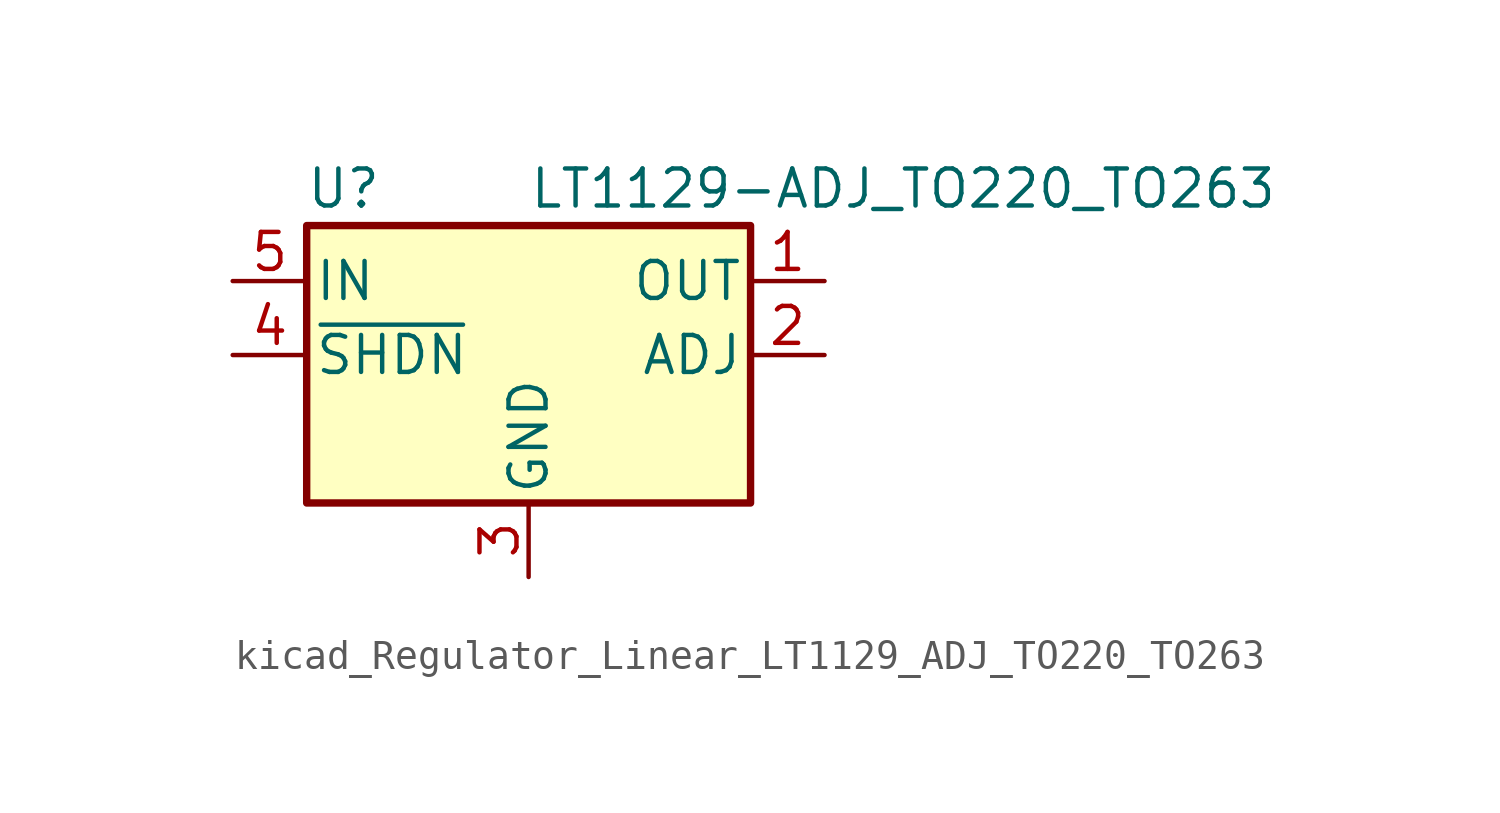
<source format=kicad_sym>
(kicad_symbol_lib
  (version 20220914)
  (generator kicad_symbol_editor)
  (symbol "kicad_Regulator_Linear_LT1129_ADJ_TO220_TO263"
    (pin_names
      (offset 0.254))
    (property "Reference" "U"
      (at -6.35 5.715 0)
      (effects (font (size 1.27 1.27))))
    (property "Value" "LT1129-ADJ_TO220_TO263"
      (at 0 5.715 0)
      (effects (font (size 1.27 1.27)) (justify left)))
    (symbol "kicad_Regulator_Linear_LT1129_ADJ_TO220_TO263_0_1"
      (rectangle (start -7.62 -5.08) (end 7.62 4.445) (stroke (width 0.254) (type default)) (fill (type background))))
    (symbol "kicad_Regulator_Linear_LT1129_ADJ_TO220_TO263_1_1"
      (pin power_out line (at 10.16 2.54 180) (length 2.54) (name "OUT" (effects (font (size 1.27 1.27)))) (number "1" (effects (font (size 1.27 1.27)))))
      (pin input line (at 10.16 0 180) (length 2.54) (name "ADJ" (effects (font (size 1.27 1.27)))) (number "2" (effects (font (size 1.27 1.27)))))
      (pin power_in line (at 0 -7.62 90) (length 2.54) (name "GND" (effects (font (size 1.27 1.27)))) (number "3" (effects (font (size 1.27 1.27)))))
      (pin input line (at -10.16 0 0) (length 2.54) (name "~{SHDN}" (effects (font (size 1.27 1.27)))) (number "4" (effects (font (size 1.27 1.27)))))
      (pin power_in line (at -10.16 2.54 0) (length 2.54) (name "IN" (effects (font (size 1.27 1.27)))) (number "5" (effects (font (size 1.27 1.27))))))))
</source>
